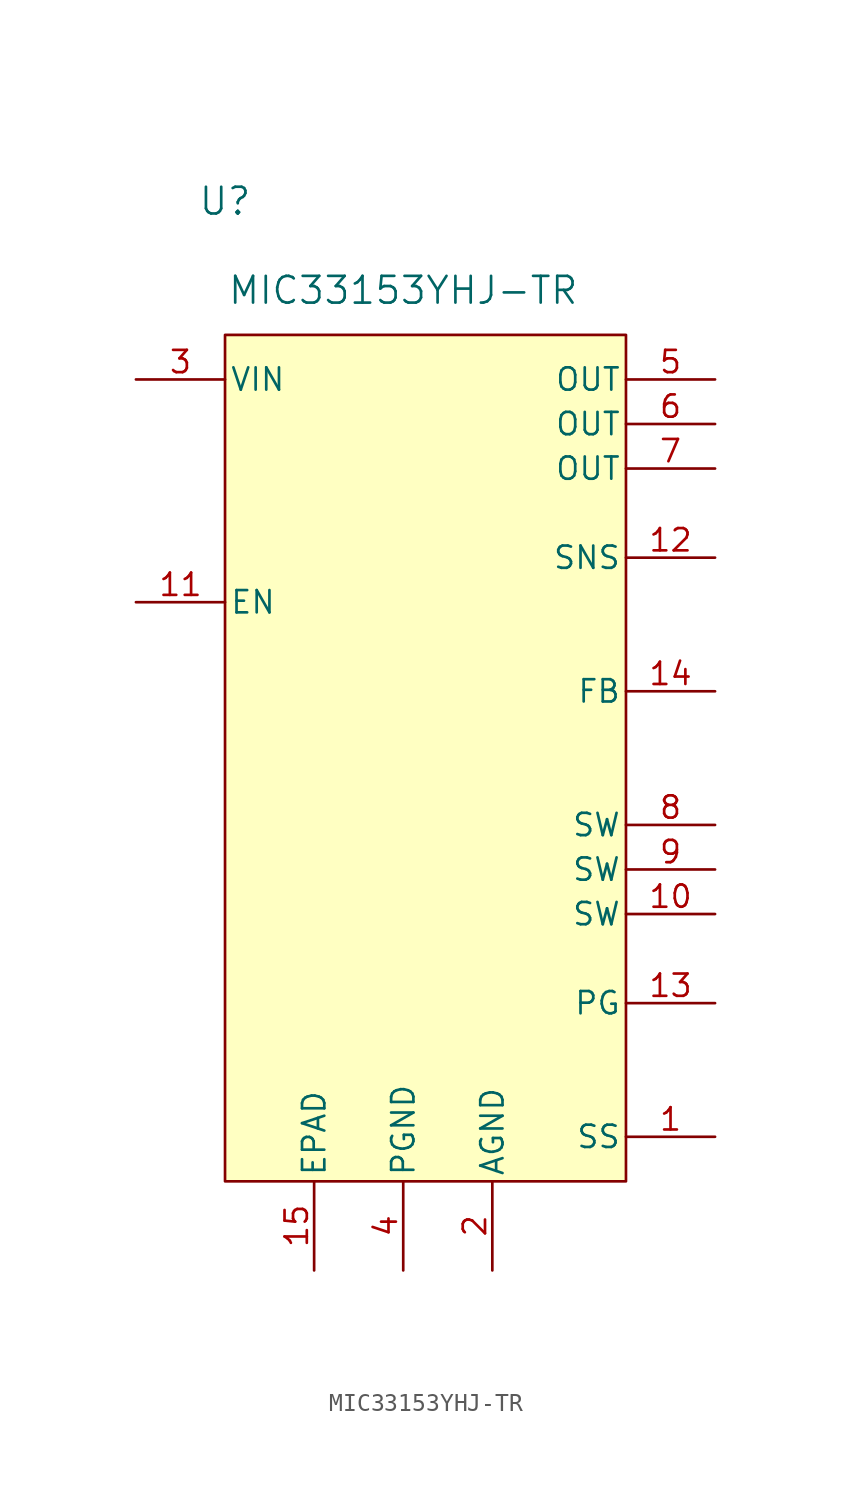
<source format=kicad_sym>
(kicad_symbol_lib
  (version 20230620)
  (generator kicad_symbol_editor)
  (symbol "MIC33153YHJ-TR"
    (pin_names
      (offset 0.254))
    (property "Reference" "U"
      (at -10.16 30.48 0)
      (effects (font (size 1.524 1.524))))
    (property "Value" "MIC33153YHJ-TR"
      (at 0 25.4 0)
      (effects (font (size 1.524 1.524))))
    (symbol "MIC33153YHJ-TR_1_1"
      (rectangle (start -10.16 22.86) (end 12.7 -25.4) (stroke (width 0) (type default)) (fill (type background)))
      (pin unspecified line (at 17.78 -22.86 180) (length 5.08) (name "SS" (effects (font (size 1.27 1.27)))) (number "1" (effects (font (size 1.27 1.27)))))
      (pin unspecified line (at 17.78 -10.16 180) (length 5.08) (name "SW" (effects (font (size 1.27 1.27)))) (number "10" (effects (font (size 1.27 1.27)))))
      (pin unspecified line (at -15.24 7.62 0) (length 5.08) (name "EN" (effects (font (size 1.27 1.27)))) (number "11" (effects (font (size 1.27 1.27)))))
      (pin unspecified line (at 17.78 10.16 180) (length 5.08) (name "SNS" (effects (font (size 1.27 1.27)))) (number "12" (effects (font (size 1.27 1.27)))))
      (pin output line (at 17.78 -15.24 180) (length 5.08) (name "PG" (effects (font (size 1.27 1.27)))) (number "13" (effects (font (size 1.27 1.27)))))
      (pin unspecified line (at 17.78 2.54 180) (length 5.08) (name "FB" (effects (font (size 1.27 1.27)))) (number "14" (effects (font (size 1.27 1.27)))))
      (pin power_out line (at -5.08 -30.48 90) (length 5.08) (name "EPAD" (effects (font (size 1.27 1.27)))) (number "15" (effects (font (size 1.27 1.27)))))
      (pin power_out line (at 5.08 -30.48 90) (length 5.08) (name "AGND" (effects (font (size 1.27 1.27)))) (number "2" (effects (font (size 1.27 1.27)))))
      (pin power_in line (at -15.24 20.32 0) (length 5.08) (name "VIN" (effects (font (size 1.27 1.27)))) (number "3" (effects (font (size 1.27 1.27)))))
      (pin power_in line (at 0 -30.48 90) (length 5.08) (name "PGND" (effects (font (size 1.27 1.27)))) (number "4" (effects (font (size 1.27 1.27)))))
      (pin power_in line (at 17.78 20.32 180) (length 5.08) (name "OUT" (effects (font (size 1.27 1.27)))) (number "5" (effects (font (size 1.27 1.27)))))
      (pin power_in line (at 17.78 17.78 180) (length 5.08) (name "OUT" (effects (font (size 1.27 1.27)))) (number "6" (effects (font (size 1.27 1.27)))))
      (pin power_in line (at 17.78 15.24 180) (length 5.08) (name "OUT" (effects (font (size 1.27 1.27)))) (number "7" (effects (font (size 1.27 1.27)))))
      (pin unspecified line (at 17.78 -5.08 180) (length 5.08) (name "SW" (effects (font (size 1.27 1.27)))) (number "8" (effects (font (size 1.27 1.27)))))
      (pin unspecified line (at 17.78 -7.62 180) (length 5.08) (name "SW" (effects (font (size 1.27 1.27)))) (number "9" (effects (font (size 1.27 1.27))))))))
</source>
